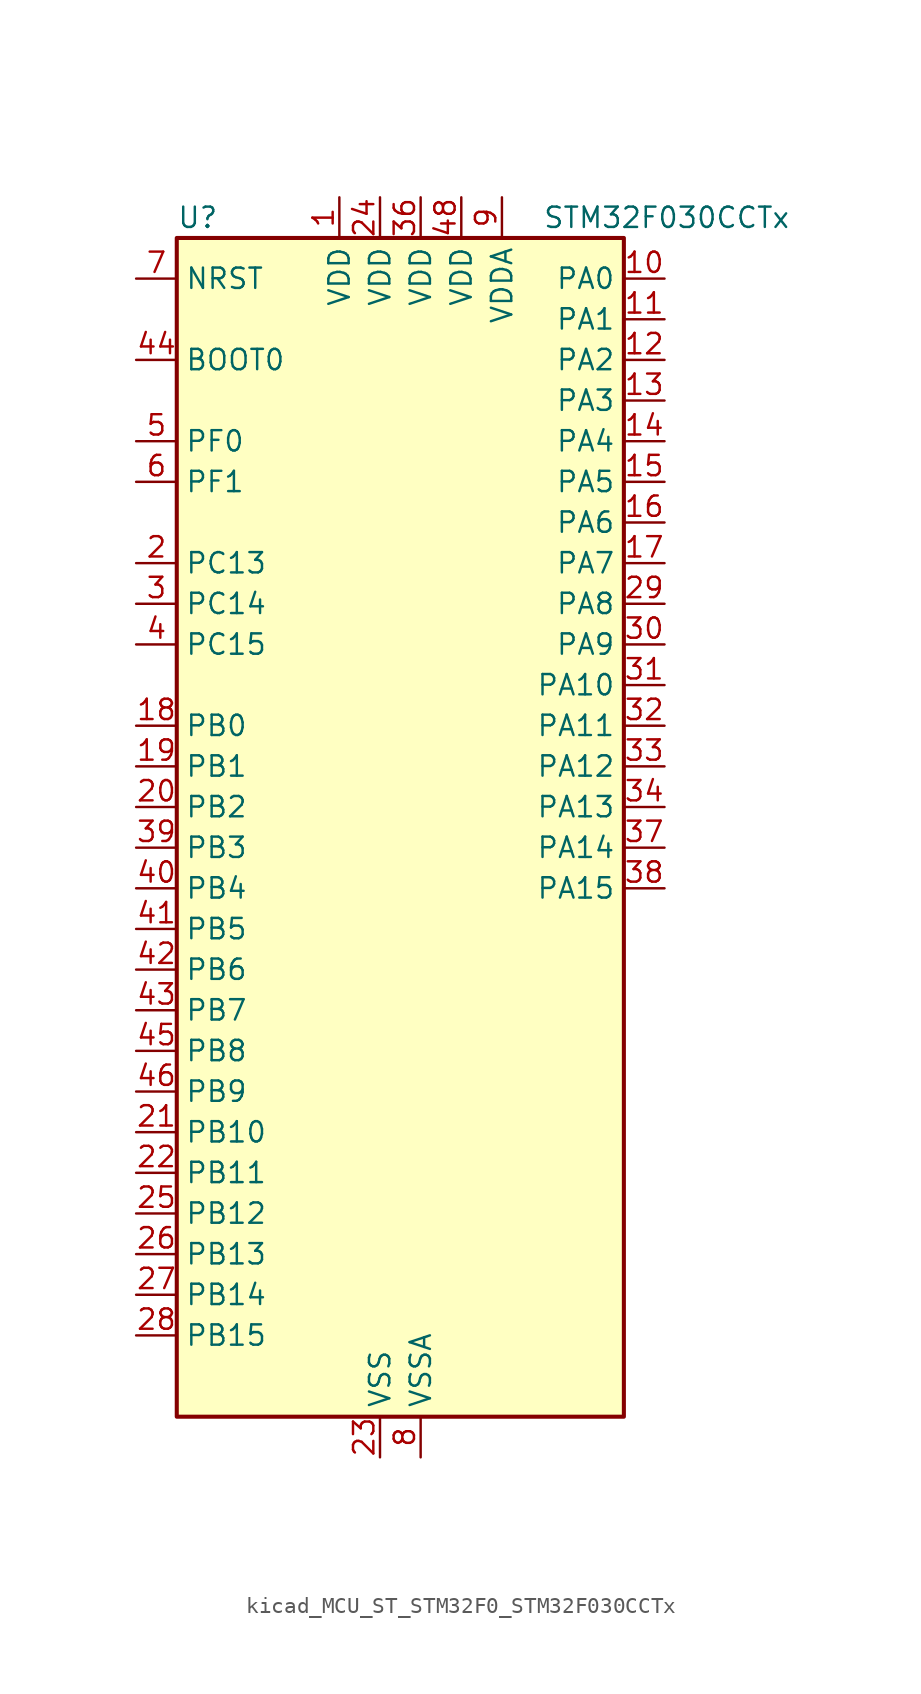
<source format=kicad_sym>
(kicad_symbol_lib
  (version 20220914)
  (generator kicad_symbol_editor)
  (symbol "kicad_MCU_ST_STM32F0_STM32F030CCTx"
    (property "Reference" "U"
      (at -12.7 39.37 0)
      (effects (font (size 1.27 1.27)) (justify left)))
    (property "Value" "STM32F030CCTx"
      (at 10.16 39.37 0)
      (effects (font (size 1.27 1.27)) (justify left)))
    (property "ki_locked" ""
      (at 0 0 0)
      (effects (font (size 1.27 1.27))))
    (symbol "kicad_MCU_ST_STM32F0_STM32F030CCTx_0_1"
      (rectangle (start -12.7 -35.56) (end 15.24 38.1) (stroke (width 0.254) (type default)) (fill (type background))))
    (symbol "kicad_MCU_ST_STM32F0_STM32F030CCTx_1_1"
      (pin power_in line (at -2.54 40.64 270) (length 2.54) (name "VDD" (effects (font (size 1.27 1.27)))) (number "1" (effects (font (size 1.27 1.27)))))
      (pin bidirectional line (at 17.78 35.56 180) (length 2.54) (name "PA0" (effects (font (size 1.27 1.27)))) (number "10" (effects (font (size 1.27 1.27)))) (alternate "ADC_IN0" bidirectional line) (alternate "RTC_TAMP2" bidirectional line) (alternate "SYS_WKUP1" bidirectional line) (alternate "USART2_CTS" bidirectional line) (alternate "USART4_TX" bidirectional line))
      (pin bidirectional line (at 17.78 33.02 180) (length 2.54) (name "PA1" (effects (font (size 1.27 1.27)))) (number "11" (effects (font (size 1.27 1.27)))) (alternate "ADC_IN1" bidirectional line) (alternate "TIM15_CH1N" bidirectional line) (alternate "USART2_DE" bidirectional line) (alternate "USART2_RTS" bidirectional line) (alternate "USART4_RX" bidirectional line))
      (pin bidirectional line (at 17.78 30.48 180) (length 2.54) (name "PA2" (effects (font (size 1.27 1.27)))) (number "12" (effects (font (size 1.27 1.27)))) (alternate "ADC_IN2" bidirectional line) (alternate "TIM15_CH1" bidirectional line) (alternate "USART2_TX" bidirectional line))
      (pin bidirectional line (at 17.78 27.94 180) (length 2.54) (name "PA3" (effects (font (size 1.27 1.27)))) (number "13" (effects (font (size 1.27 1.27)))) (alternate "ADC_IN3" bidirectional line) (alternate "TIM15_CH2" bidirectional line) (alternate "USART2_RX" bidirectional line))
      (pin bidirectional line (at 17.78 25.4 180) (length 2.54) (name "PA4" (effects (font (size 1.27 1.27)))) (number "14" (effects (font (size 1.27 1.27)))) (alternate "ADC_IN4" bidirectional line) (alternate "SPI1_NSS" bidirectional line) (alternate "TIM14_CH1" bidirectional line) (alternate "USART2_CK" bidirectional line) (alternate "USART6_TX" bidirectional line))
      (pin bidirectional line (at 17.78 22.86 180) (length 2.54) (name "PA5" (effects (font (size 1.27 1.27)))) (number "15" (effects (font (size 1.27 1.27)))) (alternate "ADC_IN5" bidirectional line) (alternate "SPI1_SCK" bidirectional line) (alternate "USART6_RX" bidirectional line))
      (pin bidirectional line (at 17.78 20.32 180) (length 2.54) (name "PA6" (effects (font (size 1.27 1.27)))) (number "16" (effects (font (size 1.27 1.27)))) (alternate "ADC_IN6" bidirectional line) (alternate "SPI1_MISO" bidirectional line) (alternate "TIM16_CH1" bidirectional line) (alternate "TIM1_BKIN" bidirectional line) (alternate "TIM3_CH1" bidirectional line) (alternate "USART3_CTS" bidirectional line))
      (pin bidirectional line (at 17.78 17.78 180) (length 2.54) (name "PA7" (effects (font (size 1.27 1.27)))) (number "17" (effects (font (size 1.27 1.27)))) (alternate "ADC_IN7" bidirectional line) (alternate "SPI1_MOSI" bidirectional line) (alternate "TIM14_CH1" bidirectional line) (alternate "TIM17_CH1" bidirectional line) (alternate "TIM1_CH1N" bidirectional line) (alternate "TIM3_CH2" bidirectional line))
      (pin bidirectional line (at -15.24 7.62 0) (length 2.54) (name "PB0" (effects (font (size 1.27 1.27)))) (number "18" (effects (font (size 1.27 1.27)))) (alternate "ADC_IN8" bidirectional line) (alternate "TIM1_CH2N" bidirectional line) (alternate "TIM3_CH3" bidirectional line) (alternate "USART3_CK" bidirectional line))
      (pin bidirectional line (at -15.24 5.08 0) (length 2.54) (name "PB1" (effects (font (size 1.27 1.27)))) (number "19" (effects (font (size 1.27 1.27)))) (alternate "ADC_IN9" bidirectional line) (alternate "TIM14_CH1" bidirectional line) (alternate "TIM1_CH3N" bidirectional line) (alternate "TIM3_CH4" bidirectional line) (alternate "USART3_DE" bidirectional line) (alternate "USART3_RTS" bidirectional line))
      (pin bidirectional line (at -15.24 17.78 0) (length 2.54) (name "PC13" (effects (font (size 1.27 1.27)))) (number "2" (effects (font (size 1.27 1.27)))) (alternate "RTC_OUT_ALARM" bidirectional line) (alternate "RTC_OUT_CALIB" bidirectional line) (alternate "RTC_TAMP1" bidirectional line) (alternate "RTC_TS" bidirectional line) (alternate "SYS_WKUP2" bidirectional line))
      (pin bidirectional line (at -15.24 2.54 0) (length 2.54) (name "PB2" (effects (font (size 1.27 1.27)))) (number "20" (effects (font (size 1.27 1.27)))))
      (pin bidirectional line (at -15.24 -17.78 0) (length 2.54) (name "PB10" (effects (font (size 1.27 1.27)))) (number "21" (effects (font (size 1.27 1.27)))) (alternate "I2C2_SCL" bidirectional line) (alternate "SPI2_SCK" bidirectional line) (alternate "USART3_TX" bidirectional line))
      (pin bidirectional line (at -15.24 -20.32 0) (length 2.54) (name "PB11" (effects (font (size 1.27 1.27)))) (number "22" (effects (font (size 1.27 1.27)))) (alternate "I2C2_SDA" bidirectional line) (alternate "USART3_RX" bidirectional line))
      (pin power_in line (at 0 -38.1 90) (length 2.54) (name "VSS" (effects (font (size 1.27 1.27)))) (number "23" (effects (font (size 1.27 1.27)))))
      (pin power_in line (at 0 40.64 270) (length 2.54) (name "VDD" (effects (font (size 1.27 1.27)))) (number "24" (effects (font (size 1.27 1.27)))))
      (pin bidirectional line (at -15.24 -22.86 0) (length 2.54) (name "PB12" (effects (font (size 1.27 1.27)))) (number "25" (effects (font (size 1.27 1.27)))) (alternate "SPI2_NSS" bidirectional line) (alternate "TIM15_BKIN" bidirectional line) (alternate "TIM1_BKIN" bidirectional line) (alternate "USART3_CK" bidirectional line))
      (pin bidirectional line (at -15.24 -25.4 0) (length 2.54) (name "PB13" (effects (font (size 1.27 1.27)))) (number "26" (effects (font (size 1.27 1.27)))) (alternate "I2C2_SCL" bidirectional line) (alternate "SPI2_SCK" bidirectional line) (alternate "TIM1_CH1N" bidirectional line) (alternate "USART3_CTS" bidirectional line))
      (pin bidirectional line (at -15.24 -27.94 0) (length 2.54) (name "PB14" (effects (font (size 1.27 1.27)))) (number "27" (effects (font (size 1.27 1.27)))) (alternate "I2C2_SDA" bidirectional line) (alternate "SPI2_MISO" bidirectional line) (alternate "TIM15_CH1" bidirectional line) (alternate "TIM1_CH2N" bidirectional line) (alternate "USART3_DE" bidirectional line) (alternate "USART3_RTS" bidirectional line))
      (pin bidirectional line (at -15.24 -30.48 0) (length 2.54) (name "PB15" (effects (font (size 1.27 1.27)))) (number "28" (effects (font (size 1.27 1.27)))) (alternate "RTC_REFIN" bidirectional line) (alternate "SPI2_MOSI" bidirectional line) (alternate "TIM15_CH1N" bidirectional line) (alternate "TIM15_CH2" bidirectional line) (alternate "TIM1_CH3N" bidirectional line))
      (pin bidirectional line (at 17.78 15.24 180) (length 2.54) (name "PA8" (effects (font (size 1.27 1.27)))) (number "29" (effects (font (size 1.27 1.27)))) (alternate "RCC_MCO" bidirectional line) (alternate "TIM1_CH1" bidirectional line) (alternate "USART1_CK" bidirectional line))
      (pin bidirectional line (at -15.24 15.24 0) (length 2.54) (name "PC14" (effects (font (size 1.27 1.27)))) (number "3" (effects (font (size 1.27 1.27)))) (alternate "RCC_OSC32_IN" bidirectional line))
      (pin bidirectional line (at 17.78 12.7 180) (length 2.54) (name "PA9" (effects (font (size 1.27 1.27)))) (number "30" (effects (font (size 1.27 1.27)))) (alternate "I2C1_SCL" bidirectional line) (alternate "RCC_MCO" bidirectional line) (alternate "TIM15_BKIN" bidirectional line) (alternate "TIM1_CH2" bidirectional line) (alternate "USART1_TX" bidirectional line))
      (pin bidirectional line (at 17.78 10.16 180) (length 2.54) (name "PA10" (effects (font (size 1.27 1.27)))) (number "31" (effects (font (size 1.27 1.27)))) (alternate "I2C1_SDA" bidirectional line) (alternate "TIM17_BKIN" bidirectional line) (alternate "TIM1_CH3" bidirectional line) (alternate "USART1_RX" bidirectional line))
      (pin bidirectional line (at 17.78 7.62 180) (length 2.54) (name "PA11" (effects (font (size 1.27 1.27)))) (number "32" (effects (font (size 1.27 1.27)))) (alternate "I2C2_SCL" bidirectional line) (alternate "TIM1_CH4" bidirectional line) (alternate "USART1_CTS" bidirectional line))
      (pin bidirectional line (at 17.78 5.08 180) (length 2.54) (name "PA12" (effects (font (size 1.27 1.27)))) (number "33" (effects (font (size 1.27 1.27)))) (alternate "I2C2_SDA" bidirectional line) (alternate "TIM1_ETR" bidirectional line) (alternate "USART1_DE" bidirectional line) (alternate "USART1_RTS" bidirectional line))
      (pin bidirectional line (at 17.78 2.54 180) (length 2.54) (name "PA13" (effects (font (size 1.27 1.27)))) (number "34" (effects (font (size 1.27 1.27)))) (alternate "IR_OUT" bidirectional line) (alternate "SYS_SWDIO" bidirectional line))
      (pin passive line (at 0 -38.1 90) (length 2.54) hide (name "VSS" (effects (font (size 1.27 1.27)))) (number "35" (effects (font (size 1.27 1.27)))))
      (pin power_in line (at 2.54 40.64 270) (length 2.54) (name "VDD" (effects (font (size 1.27 1.27)))) (number "36" (effects (font (size 1.27 1.27)))))
      (pin bidirectional line (at 17.78 0 180) (length 2.54) (name "PA14" (effects (font (size 1.27 1.27)))) (number "37" (effects (font (size 1.27 1.27)))) (alternate "SYS_SWCLK" bidirectional line) (alternate "USART2_TX" bidirectional line))
      (pin bidirectional line (at 17.78 -2.54 180) (length 2.54) (name "PA15" (effects (font (size 1.27 1.27)))) (number "38" (effects (font (size 1.27 1.27)))) (alternate "SPI1_NSS" bidirectional line) (alternate "USART2_RX" bidirectional line) (alternate "USART4_DE" bidirectional line) (alternate "USART4_RTS" bidirectional line))
      (pin bidirectional line (at -15.24 0 0) (length 2.54) (name "PB3" (effects (font (size 1.27 1.27)))) (number "39" (effects (font (size 1.27 1.27)))) (alternate "SPI1_SCK" bidirectional line) (alternate "USART5_TX" bidirectional line))
      (pin bidirectional line (at -15.24 12.7 0) (length 2.54) (name "PC15" (effects (font (size 1.27 1.27)))) (number "4" (effects (font (size 1.27 1.27)))) (alternate "RCC_OSC32_OUT" bidirectional line))
      (pin bidirectional line (at -15.24 -2.54 0) (length 2.54) (name "PB4" (effects (font (size 1.27 1.27)))) (number "40" (effects (font (size 1.27 1.27)))) (alternate "SPI1_MISO" bidirectional line) (alternate "TIM17_BKIN" bidirectional line) (alternate "TIM3_CH1" bidirectional line) (alternate "USART5_RX" bidirectional line))
      (pin bidirectional line (at -15.24 -5.08 0) (length 2.54) (name "PB5" (effects (font (size 1.27 1.27)))) (number "41" (effects (font (size 1.27 1.27)))) (alternate "I2C1_SMBA" bidirectional line) (alternate "SPI1_MOSI" bidirectional line) (alternate "TIM16_BKIN" bidirectional line) (alternate "TIM3_CH2" bidirectional line) (alternate "USART5_CK" bidirectional line) (alternate "USART5_DE" bidirectional line) (alternate "USART5_RTS" bidirectional line))
      (pin bidirectional line (at -15.24 -7.62 0) (length 2.54) (name "PB6" (effects (font (size 1.27 1.27)))) (number "42" (effects (font (size 1.27 1.27)))) (alternate "I2C1_SCL" bidirectional line) (alternate "TIM16_CH1N" bidirectional line) (alternate "USART1_TX" bidirectional line))
      (pin bidirectional line (at -15.24 -10.16 0) (length 2.54) (name "PB7" (effects (font (size 1.27 1.27)))) (number "43" (effects (font (size 1.27 1.27)))) (alternate "I2C1_SDA" bidirectional line) (alternate "TIM17_CH1N" bidirectional line) (alternate "USART1_RX" bidirectional line) (alternate "USART4_CTS" bidirectional line))
      (pin input line (at -15.24 30.48 0) (length 2.54) (name "BOOT0" (effects (font (size 1.27 1.27)))) (number "44" (effects (font (size 1.27 1.27)))))
      (pin bidirectional line (at -15.24 -12.7 0) (length 2.54) (name "PB8" (effects (font (size 1.27 1.27)))) (number "45" (effects (font (size 1.27 1.27)))) (alternate "I2C1_SCL" bidirectional line) (alternate "TIM16_CH1" bidirectional line))
      (pin bidirectional line (at -15.24 -15.24 0) (length 2.54) (name "PB9" (effects (font (size 1.27 1.27)))) (number "46" (effects (font (size 1.27 1.27)))) (alternate "I2C1_SDA" bidirectional line) (alternate "IR_OUT" bidirectional line) (alternate "SPI2_NSS" bidirectional line) (alternate "TIM17_CH1" bidirectional line))
      (pin passive line (at 0 -38.1 90) (length 2.54) hide (name "VSS" (effects (font (size 1.27 1.27)))) (number "47" (effects (font (size 1.27 1.27)))))
      (pin power_in line (at 5.08 40.64 270) (length 2.54) (name "VDD" (effects (font (size 1.27 1.27)))) (number "48" (effects (font (size 1.27 1.27)))))
      (pin bidirectional line (at -15.24 25.4 0) (length 2.54) (name "PF0" (effects (font (size 1.27 1.27)))) (number "5" (effects (font (size 1.27 1.27)))) (alternate "I2C1_SDA" bidirectional line) (alternate "RCC_OSC_IN" bidirectional line))
      (pin bidirectional line (at -15.24 22.86 0) (length 2.54) (name "PF1" (effects (font (size 1.27 1.27)))) (number "6" (effects (font (size 1.27 1.27)))) (alternate "I2C1_SCL" bidirectional line) (alternate "RCC_OSC_OUT" bidirectional line))
      (pin input line (at -15.24 35.56 0) (length 2.54) (name "NRST" (effects (font (size 1.27 1.27)))) (number "7" (effects (font (size 1.27 1.27)))))
      (pin power_in line (at 2.54 -38.1 90) (length 2.54) (name "VSSA" (effects (font (size 1.27 1.27)))) (number "8" (effects (font (size 1.27 1.27)))))
      (pin power_in line (at 7.62 40.64 270) (length 2.54) (name "VDDA" (effects (font (size 1.27 1.27)))) (number "9" (effects (font (size 1.27 1.27))))))))
</source>
